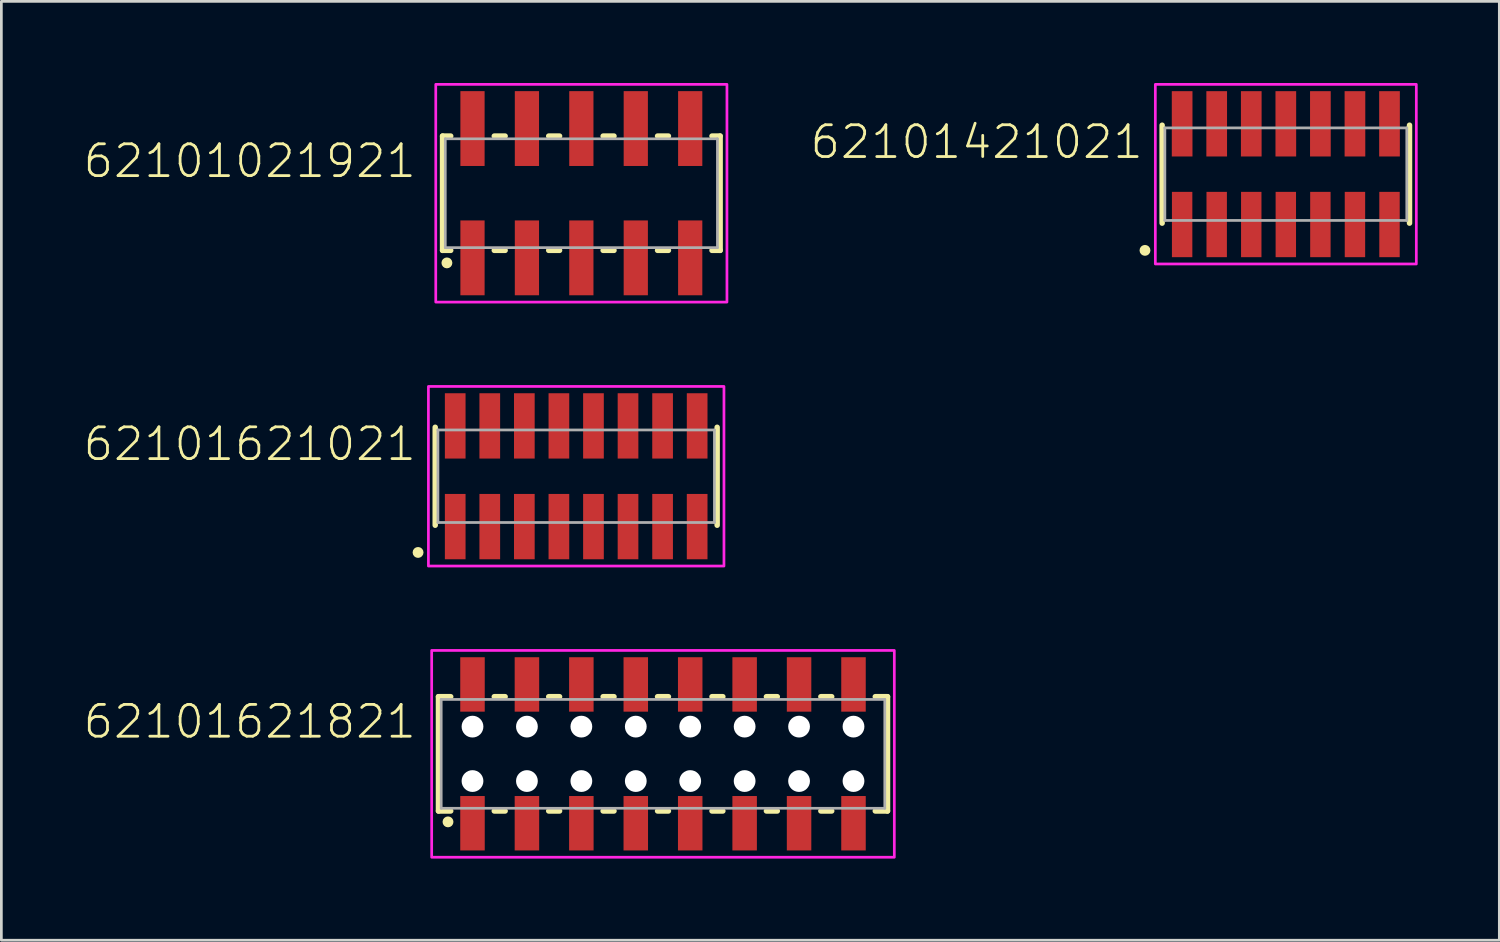
<source format=kicad_pcb>
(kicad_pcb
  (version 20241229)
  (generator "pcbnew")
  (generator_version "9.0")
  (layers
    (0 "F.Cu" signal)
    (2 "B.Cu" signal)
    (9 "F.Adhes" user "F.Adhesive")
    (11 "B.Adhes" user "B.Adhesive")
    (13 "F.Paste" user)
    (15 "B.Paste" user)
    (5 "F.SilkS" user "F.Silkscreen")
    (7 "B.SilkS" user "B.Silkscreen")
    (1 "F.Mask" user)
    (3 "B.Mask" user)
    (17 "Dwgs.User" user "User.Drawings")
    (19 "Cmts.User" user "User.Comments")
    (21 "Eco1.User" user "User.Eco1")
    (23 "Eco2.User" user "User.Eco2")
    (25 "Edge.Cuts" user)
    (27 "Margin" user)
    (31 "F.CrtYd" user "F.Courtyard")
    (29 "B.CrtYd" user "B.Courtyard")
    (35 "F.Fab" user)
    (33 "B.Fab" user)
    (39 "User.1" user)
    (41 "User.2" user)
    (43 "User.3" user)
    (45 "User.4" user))
  (footprint "62101021921"
    (layer "F.Cu")
    (at 18.312 4.05)
    (property "Reference" "62101021921" (at -6 -0.5 0) (unlocked yes) (layer "F.SilkS") (effects (font (size 1.168 1.168) (thickness 0.102)) (justify right bottom)))
    (fp_line (start -5.1 -2.1) (end -5.1 2.1) (stroke (width 0.2) (type solid)) (layer "F.SilkS"))
    (fp_line (start -5.1 2.1) (end -4.8 2.1) (stroke (width 0.2) (type solid)) (layer "F.SilkS"))
    (fp_line (start -4.8 -2.1) (end -5.1 -2.1) (stroke (width 0.2) (type solid)) (layer "F.SilkS"))
    (fp_line (start -3.2 -2.1) (end -2.8 -2.1) (stroke (width 0.2) (type solid)) (layer "F.SilkS"))
    (fp_line (start -2.8 2.1) (end -3.2 2.1) (stroke (width 0.2) (type solid)) (layer "F.SilkS"))
    (fp_line (start -1.2 -2.1) (end -0.8 -2.1) (stroke (width 0.2) (type solid)) (layer "F.SilkS"))
    (fp_line (start -0.8 2.1) (end -1.2 2.1) (stroke (width 0.2) (type solid)) (layer "F.SilkS"))
    (fp_line (start 0.8 -2.1) (end 1.2 -2.1) (stroke (width 0.2) (type solid)) (layer "F.SilkS"))
    (fp_line (start 1.2 2.1) (end 0.8 2.1) (stroke (width 0.2) (type solid)) (layer "F.SilkS"))
    (fp_line (start 2.8 -2.1) (end 3.2 -2.1) (stroke (width 0.2) (type solid)) (layer "F.SilkS"))
    (fp_line (start 3.2 2.1) (end 2.8 2.1) (stroke (width 0.2) (type solid)) (layer "F.SilkS"))
    (fp_line (start 4.8 -2.1) (end 5.1 -2.1) (stroke (width 0.2) (type solid)) (layer "F.SilkS"))
    (fp_line (start 5.1 -2.1) (end 5.1 2.1) (stroke (width 0.2) (type solid)) (layer "F.SilkS"))
    (fp_line (start 5.1 2.1) (end 4.8 2.1) (stroke (width 0.2) (type solid)) (layer "F.SilkS"))
    (fp_circle (center -4.94 2.56) (end -4.84 2.56) (stroke (width 0.2) (type solid)) (fill no) (layer "F.SilkS"))
    (fp_poly (pts (xy 5.35 4) (xy -5.35 4) (xy -5.35 -4) (xy 5.35 -4)) (stroke (width 0.1) (type default)) (fill no) (layer "F.CrtYd"))
    (fp_line (start -5 -2) (end 5 -2) (stroke (width 0.1) (type solid)) (layer "F.Fab"))
    (fp_line (start -5 2) (end -5 -2) (stroke (width 0.1) (type solid)) (layer "F.Fab"))
    (fp_line (start 5 -2) (end 5 2) (stroke (width 0.1) (type solid)) (layer "F.Fab"))
    (fp_line (start 5 2) (end -5 2) (stroke (width 0.1) (type solid)) (layer "F.Fab"))
    (pad "1" smd rect (at -4 2.375) (size 0.89 2.75) (layers "F.Cu" "F.Mask" "F.Paste"))
    (pad "2" smd rect (at -4 -2.376) (size 0.89 2.75) (layers "F.Cu" "F.Mask" "F.Paste"))
    (pad "3" smd rect (at -2 2.375) (size 0.89 2.75) (layers "F.Cu" "F.Mask" "F.Paste"))
    (pad "4" smd rect (at -2 -2.376) (size 0.89 2.75) (layers "F.Cu" "F.Mask" "F.Paste"))
    (pad "5" smd rect (at 0 2.375) (size 0.89 2.75) (layers "F.Cu" "F.Mask" "F.Paste"))
    (pad "6" smd rect (at 0 -2.376) (size 0.89 2.75) (layers "F.Cu" "F.Mask" "F.Paste"))
    (pad "7" smd rect (at 2 2.375) (size 0.89 2.75) (layers "F.Cu" "F.Mask" "F.Paste"))
    (pad "8" smd rect (at 2 -2.376) (size 0.89 2.75) (layers "F.Cu" "F.Mask" "F.Paste"))
    (pad "9" smd rect (at 4 2.375) (size 0.89 2.75) (layers "F.Cu" "F.Mask" "F.Paste"))
    (pad "10" smd rect (at 4 -2.376) (size 0.89 2.75) (layers "F.Cu" "F.Mask" "F.Paste")))
  (footprint "62101621021"
    (layer "F.Cu")
    (at 18.122 14.45)
    (property "Reference" "62101621021" (at -5.81 -0.5 0) (unlocked yes) (layer "F.SilkS") (effects (font (size 1.168 1.168) (thickness 0.102)) (justify right bottom)))
    (fp_line (start -5.18 -1.8) (end -5.18 1.8) (stroke (width 0.2) (type solid)) (layer "F.SilkS"))
    (fp_line (start 5.18 1.8) (end 5.18 -1.8) (stroke (width 0.2) (type solid)) (layer "F.SilkS"))
    (fp_circle (center -5.81 2.8) (end -5.71 2.8) (stroke (width 0.2) (type solid)) (fill no) (layer "F.SilkS"))
    (fp_poly (pts (xy 5.43 3.3) (xy -5.43 3.3) (xy -5.43 -3.3) (xy 5.43 -3.3)) (stroke (width 0.1) (type default)) (fill no) (layer "F.CrtYd"))
    (fp_line (start -5.08 -1.7) (end -5.08 1.7) (stroke (width 0.1) (type solid)) (layer "F.Fab"))
    (fp_line (start -5.08 1.7) (end 5.08 1.7) (stroke (width 0.1) (type solid)) (layer "F.Fab"))
    (fp_line (start 5.08 -1.7) (end -5.08 -1.7) (stroke (width 0.1) (type solid)) (layer "F.Fab"))
    (fp_line (start 5.08 1.7) (end 5.08 -1.7) (stroke (width 0.1) (type solid)) (layer "F.Fab"))
    (pad "1" smd rect (at -4.445 1.85) (size 0.76 2.4) (layers "F.Cu" "F.Mask" "F.Paste"))
    (pad "2" smd rect (at -4.445 -1.85) (size 0.76 2.4) (layers "F.Cu" "F.Mask" "F.Paste"))
    (pad "3" smd rect (at -3.175 1.85) (size 0.76 2.4) (layers "F.Cu" "F.Mask" "F.Paste"))
    (pad "4" smd rect (at -3.175 -1.85) (size 0.76 2.4) (layers "F.Cu" "F.Mask" "F.Paste"))
    (pad "5" smd rect (at -1.905 1.85) (size 0.76 2.4) (layers "F.Cu" "F.Mask" "F.Paste"))
    (pad "6" smd rect (at -1.905 -1.85) (size 0.76 2.4) (layers "F.Cu" "F.Mask" "F.Paste"))
    (pad "7" smd rect (at -0.635 1.85) (size 0.76 2.4) (layers "F.Cu" "F.Mask" "F.Paste"))
    (pad "8" smd rect (at -0.635 -1.85) (size 0.76 2.4) (layers "F.Cu" "F.Mask" "F.Paste"))
    (pad "9" smd rect (at 0.635 1.85) (size 0.76 2.4) (layers "F.Cu" "F.Mask" "F.Paste"))
    (pad "10" smd rect (at 0.635 -1.85) (size 0.76 2.4) (layers "F.Cu" "F.Mask" "F.Paste"))
    (pad "11" smd rect (at 1.905 1.85) (size 0.76 2.4) (layers "F.Cu" "F.Mask" "F.Paste"))
    (pad "12" smd rect (at 1.905 -1.85) (size 0.76 2.4) (layers "F.Cu" "F.Mask" "F.Paste"))
    (pad "13" smd rect (at 3.175 1.85) (size 0.76 2.4) (layers "F.Cu" "F.Mask" "F.Paste"))
    (pad "14" smd rect (at 3.175 -1.85) (size 0.76 2.4) (layers "F.Cu" "F.Mask" "F.Paste"))
    (pad "15" smd rect (at 4.445 1.85) (size 0.76 2.4) (layers "F.Cu" "F.Mask" "F.Paste"))
    (pad "16" smd rect (at 4.445 -1.85) (size 0.76 2.4) (layers "F.Cu" "F.Mask" "F.Paste")))
  (footprint "62101621821"
    (layer "F.Cu")
    (at 21.312 24.65)
    (property "Reference" "62101621821" (at -9 -0.5 0) (unlocked yes) (layer "F.SilkS") (effects (font (size 1.168 1.168) (thickness 0.102)) (justify right bottom)))
    (fp_line (start -8.25 -2.1) (end -8.25 2.1) (stroke (width 0.2) (type solid)) (layer "F.SilkS"))
    (fp_line (start -8.25 2.1) (end -7.8 2.1) (stroke (width 0.2) (type solid)) (layer "F.SilkS"))
    (fp_line (start -7.8 -2.1) (end -8.25 -2.1) (stroke (width 0.2) (type solid)) (layer "F.SilkS"))
    (fp_line (start -6.2 -2.1) (end -5.8 -2.1) (stroke (width 0.2) (type solid)) (layer "F.SilkS"))
    (fp_line (start -6.2 2.1) (end -5.8 2.1) (stroke (width 0.2) (type solid)) (layer "F.SilkS"))
    (fp_line (start -4.2 -2.1) (end -3.8 -2.1) (stroke (width 0.2) (type solid)) (layer "F.SilkS"))
    (fp_line (start -4.2 2.1) (end -3.8 2.1) (stroke (width 0.2) (type solid)) (layer "F.SilkS"))
    (fp_line (start -2.2 -2.1) (end -1.8 -2.1) (stroke (width 0.2) (type solid)) (layer "F.SilkS"))
    (fp_line (start -2.2 2.1) (end -1.8 2.1) (stroke (width 0.2) (type solid)) (layer "F.SilkS"))
    (fp_line (start -0.2 -2.1) (end 0.2 -2.1) (stroke (width 0.2) (type solid)) (layer "F.SilkS"))
    (fp_line (start -0.2 2.1) (end 0.2 2.1) (stroke (width 0.2) (type solid)) (layer "F.SilkS"))
    (fp_line (start 1.8 -2.1) (end 2.2 -2.1) (stroke (width 0.2) (type solid)) (layer "F.SilkS"))
    (fp_line (start 1.8 2.1) (end 2.2 2.1) (stroke (width 0.2) (type solid)) (layer "F.SilkS"))
    (fp_line (start 3.8 -2.1) (end 4.2 -2.1) (stroke (width 0.2) (type solid)) (layer "F.SilkS"))
    (fp_line (start 3.8 2.1) (end 4.2 2.1) (stroke (width 0.2) (type solid)) (layer "F.SilkS"))
    (fp_line (start 5.8 -2.1) (end 6.2 -2.1) (stroke (width 0.2) (type solid)) (layer "F.SilkS"))
    (fp_line (start 5.8 2.1) (end 6.2 2.1) (stroke (width 0.2) (type solid)) (layer "F.SilkS"))
    (fp_line (start 7.8 -2.1) (end 8.25 -2.1) (stroke (width 0.2) (type solid)) (layer "F.SilkS"))
    (fp_line (start 7.8 2.1) (end 8.25 2.1) (stroke (width 0.2) (type solid)) (layer "F.SilkS"))
    (fp_line (start 8.25 -2.1) (end 8.25 2.1) (stroke (width 0.2) (type solid)) (layer "F.SilkS"))
    (fp_circle (center -7.9 2.5) (end -7.8 2.5) (stroke (width 0.2) (type solid)) (fill no) (layer "F.SilkS"))
    (fp_poly (pts (xy 8.5 3.8) (xy -8.5 3.8) (xy -8.5 -3.8) (xy 8.5 -3.8)) (stroke (width 0.1) (type default)) (fill no) (layer "F.CrtYd"))
    (fp_line (start -8.15 -2) (end 8.15 -2) (stroke (width 0.1) (type solid)) (layer "F.Fab"))
    (fp_line (start -8.15 2) (end -8.15 -2) (stroke (width 0.1) (type solid)) (layer "F.Fab"))
    (fp_line (start 8.15 -2) (end 8.15 2) (stroke (width 0.1) (type solid)) (layer "F.Fab"))
    (fp_line (start 8.15 2) (end -8.15 2) (stroke (width 0.1) (type solid)) (layer "F.Fab"))
    (pad "" np_thru_hole circle (at -7 -1) (size 0.8 0.8) (drill 0.8) (layers "*.Cu" "*.Mask"))
    (pad "" np_thru_hole circle (at -7 1) (size 0.8 0.8) (drill 0.8) (layers "*.Cu" "*.Mask"))
    (pad "" np_thru_hole circle (at -5 -1) (size 0.8 0.8) (drill 0.8) (layers "*.Cu" "*.Mask"))
    (pad "" np_thru_hole circle (at -5 1) (size 0.8 0.8) (drill 0.8) (layers "*.Cu" "*.Mask"))
    (pad "" np_thru_hole circle (at -3 -1) (size 0.8 0.8) (drill 0.8) (layers "*.Cu" "*.Mask"))
    (pad "" np_thru_hole circle (at -3 1) (size 0.8 0.8) (drill 0.8) (layers "*.Cu" "*.Mask"))
    (pad "" np_thru_hole circle (at -1 -1) (size 0.8 0.8) (drill 0.8) (layers "*.Cu" "*.Mask"))
    (pad "" np_thru_hole circle (at -1 1) (size 0.8 0.8) (drill 0.8) (layers "*.Cu" "*.Mask"))
    (pad "" np_thru_hole circle (at 1 -1) (size 0.8 0.8) (drill 0.8) (layers "*.Cu" "*.Mask"))
    (pad "" np_thru_hole circle (at 1 1) (size 0.8 0.8) (drill 0.8) (layers "*.Cu" "*.Mask"))
    (pad "" np_thru_hole circle (at 3 -1) (size 0.8 0.8) (drill 0.8) (layers "*.Cu" "*.Mask"))
    (pad "" np_thru_hole circle (at 3 1) (size 0.8 0.8) (drill 0.8) (layers "*.Cu" "*.Mask"))
    (pad "" np_thru_hole circle (at 5 -1) (size 0.8 0.8) (drill 0.8) (layers "*.Cu" "*.Mask"))
    (pad "" np_thru_hole circle (at 5 1) (size 0.8 0.8) (drill 0.8) (layers "*.Cu" "*.Mask"))
    (pad "" np_thru_hole circle (at 7 -1) (size 0.8 0.8) (drill 0.8) (layers "*.Cu" "*.Mask"))
    (pad "" np_thru_hole circle (at 7 1) (size 0.8 0.8) (drill 0.8) (layers "*.Cu" "*.Mask"))
    (pad "1" smd rect (at -7 2.55) (size 0.9 2) (layers "F.Cu" "F.Mask" "F.Paste"))
    (pad "2" smd rect (at -7 -2.55) (size 0.9 2) (layers "F.Cu" "F.Mask" "F.Paste"))
    (pad "3" smd rect (at -5 2.55) (size 0.9 2) (layers "F.Cu" "F.Mask" "F.Paste"))
    (pad "4" smd rect (at -5 -2.55) (size 0.9 2) (layers "F.Cu" "F.Mask" "F.Paste"))
    (pad "5" smd rect (at -3 2.55) (size 0.9 2) (layers "F.Cu" "F.Mask" "F.Paste"))
    (pad "6" smd rect (at -3 -2.55) (size 0.9 2) (layers "F.Cu" "F.Mask" "F.Paste"))
    (pad "7" smd rect (at -1 2.55) (size 0.9 2) (layers "F.Cu" "F.Mask" "F.Paste"))
    (pad "8" smd rect (at -1 -2.55) (size 0.9 2) (layers "F.Cu" "F.Mask" "F.Paste"))
    (pad "9" smd rect (at 1 2.55) (size 0.9 2) (layers "F.Cu" "F.Mask" "F.Paste"))
    (pad "10" smd rect (at 1 -2.55) (size 0.9 2) (layers "F.Cu" "F.Mask" "F.Paste"))
    (pad "11" smd rect (at 3 2.55) (size 0.9 2) (layers "F.Cu" "F.Mask" "F.Paste"))
    (pad "12" smd rect (at 3 -2.55) (size 0.9 2) (layers "F.Cu" "F.Mask" "F.Paste"))
    (pad "13" smd rect (at 5 2.55) (size 0.9 2) (layers "F.Cu" "F.Mask" "F.Paste"))
    (pad "14" smd rect (at 5 -2.55) (size 0.9 2) (layers "F.Cu" "F.Mask" "F.Paste"))
    (pad "15" smd rect (at 7 2.55) (size 0.9 2) (layers "F.Cu" "F.Mask" "F.Paste"))
    (pad "16" smd rect (at 7 -2.55) (size 0.9 2) (layers "F.Cu" "F.Mask" "F.Paste")))
  (footprint "62101421021"
    (layer "F.Cu")
    (at 44.198 3.35)
    (property "Reference" "62101421021" (at -5.175 -0.5 0) (unlocked yes) (layer "F.SilkS") (effects (font (size 1.168 1.168) (thickness 0.102)) (justify right bottom)))
    (fp_line (start -4.545 -1.8) (end -4.545 1.8) (stroke (width 0.2) (type solid)) (layer "F.SilkS"))
    (fp_line (start 4.545 1.8) (end 4.545 -1.8) (stroke (width 0.2) (type solid)) (layer "F.SilkS"))
    (fp_circle (center -5.175 2.8) (end -5.075 2.8) (stroke (width 0.2) (type solid)) (fill no) (layer "F.SilkS"))
    (fp_poly (pts (xy 4.795 3.3) (xy -4.795 3.3) (xy -4.795 -3.3) (xy 4.795 -3.3)) (stroke (width 0.1) (type default)) (fill no) (layer "F.CrtYd"))
    (fp_line (start -4.445 -1.7) (end -4.445 1.7) (stroke (width 0.1) (type solid)) (layer "F.Fab"))
    (fp_line (start -4.445 1.7) (end 4.445 1.7) (stroke (width 0.1) (type solid)) (layer "F.Fab"))
    (fp_line (start 4.445 -1.7) (end -4.445 -1.7) (stroke (width 0.1) (type solid)) (layer "F.Fab"))
    (fp_line (start 4.445 1.7) (end 4.445 -1.7) (stroke (width 0.1) (type solid)) (layer "F.Fab"))
    (pad "1" smd rect (at -3.81 1.85) (size 0.75 2.4) (layers "F.Cu" "F.Mask" "F.Paste"))
    (pad "2" smd rect (at -3.81 -1.85) (size 0.76 2.4) (layers "F.Cu" "F.Mask" "F.Paste"))
    (pad "3" smd rect (at -2.54 1.85) (size 0.75 2.4) (layers "F.Cu" "F.Mask" "F.Paste"))
    (pad "4" smd rect (at -2.54 -1.85) (size 0.76 2.4) (layers "F.Cu" "F.Mask" "F.Paste"))
    (pad "5" smd rect (at -1.27 1.85) (size 0.75 2.4) (layers "F.Cu" "F.Mask" "F.Paste"))
    (pad "6" smd rect (at -1.27 -1.85) (size 0.76 2.4) (layers "F.Cu" "F.Mask" "F.Paste"))
    (pad "7" smd rect (at 0 1.85) (size 0.75 2.4) (layers "F.Cu" "F.Mask" "F.Paste"))
    (pad "8" smd rect (at 0 -1.85) (size 0.76 2.4) (layers "F.Cu" "F.Mask" "F.Paste"))
    (pad "9" smd rect (at 1.27 1.85) (size 0.75 2.4) (layers "F.Cu" "F.Mask" "F.Paste"))
    (pad "10" smd rect (at 1.27 -1.85) (size 0.76 2.4) (layers "F.Cu" "F.Mask" "F.Paste"))
    (pad "11" smd rect (at 2.54 1.85) (size 0.75 2.4) (layers "F.Cu" "F.Mask" "F.Paste"))
    (pad "12" smd rect (at 2.54 -1.85) (size 0.76 2.4) (layers "F.Cu" "F.Mask" "F.Paste"))
    (pad "13" smd rect (at 3.81 1.85) (size 0.75 2.4) (layers "F.Cu" "F.Mask" "F.Paste"))
    (pad "14" smd rect (at 3.81 -1.85) (size 0.76 2.4) (layers "F.Cu" "F.Mask" "F.Paste")))
  (gr_rect
    (start -3 -3)
    (end 52.043 31.5)
    (stroke (width 0.1) (type default))
    (fill no)
    (layer "Edge.Cuts")))
</source>
